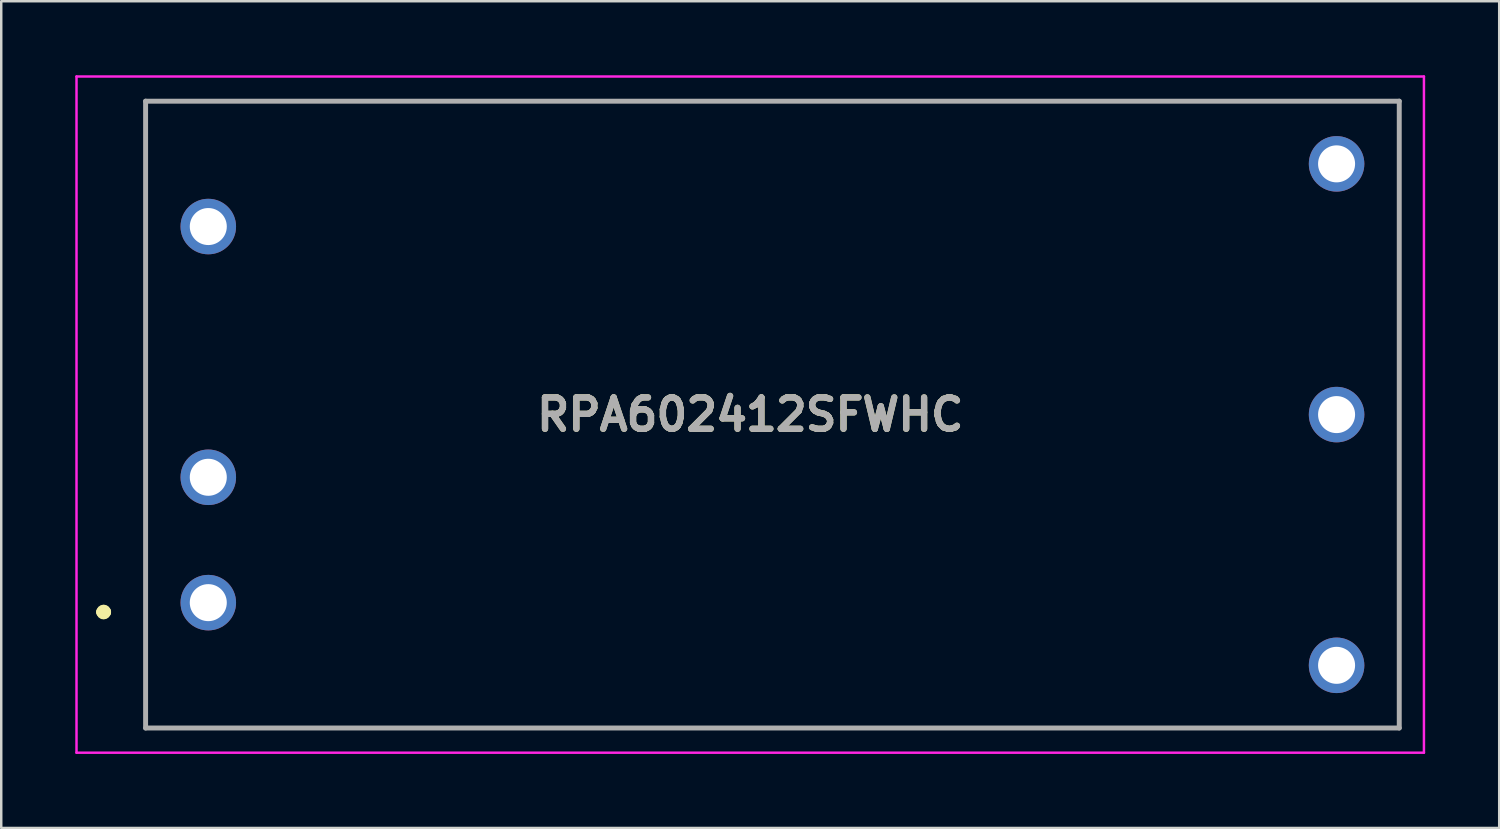
<source format=kicad_pcb>
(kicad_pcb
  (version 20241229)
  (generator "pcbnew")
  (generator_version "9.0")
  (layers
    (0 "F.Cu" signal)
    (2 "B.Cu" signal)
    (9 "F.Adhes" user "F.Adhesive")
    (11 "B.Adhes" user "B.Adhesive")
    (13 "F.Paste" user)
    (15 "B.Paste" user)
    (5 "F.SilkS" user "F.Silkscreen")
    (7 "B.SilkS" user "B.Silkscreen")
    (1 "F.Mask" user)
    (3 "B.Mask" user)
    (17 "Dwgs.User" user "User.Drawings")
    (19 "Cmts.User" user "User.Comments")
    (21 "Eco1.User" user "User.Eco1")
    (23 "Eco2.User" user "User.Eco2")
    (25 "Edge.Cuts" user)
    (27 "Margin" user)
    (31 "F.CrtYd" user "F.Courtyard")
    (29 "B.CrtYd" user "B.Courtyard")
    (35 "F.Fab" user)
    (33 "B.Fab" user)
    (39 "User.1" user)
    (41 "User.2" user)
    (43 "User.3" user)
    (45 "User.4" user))
  (footprint "RPA602412SFWHC"
    (layer "F.Cu")
    (at 5.39 21.37)
    (property "Reference" "RPA602412SFWHC" (at 21.96 -7.62 0) (layer "F.SilkS") (effects (font (size 1.27 1.27) (thickness 0.254))))
    (attr through_hole)
    (fp_line (start -4.34 0.38) (end -4.34 0.38) (stroke (width 0.4) (type solid)) (layer "F.SilkS"))
    (fp_line (start -4.14 0.38) (end -4.14 0.38) (stroke (width 0.4) (type solid)) (layer "F.SilkS"))
    (fp_line (start -2.54 -20.32) (end 48.26 -20.32) (stroke (width 0.1) (type solid)) (layer "F.SilkS"))
    (fp_line (start -2.54 5.08) (end -2.54 -20.32) (stroke (width 0.1) (type solid)) (layer "F.SilkS"))
    (fp_line (start 48.26 -20.32) (end 48.26 5.08) (stroke (width 0.1) (type solid)) (layer "F.SilkS"))
    (fp_line (start 48.26 5.08) (end -2.54 5.08) (stroke (width 0.1) (type solid)) (layer "F.SilkS"))
    (fp_arc (start -4.34 0.38) (mid -4.24 0.28) (end -4.14 0.38) (stroke (width 0.4) (type solid)) (layer "F.SilkS"))
    (fp_arc (start -4.14 0.38) (mid -4.24 0.48) (end -4.34 0.38) (stroke (width 0.4) (type solid)) (layer "F.SilkS"))
    (fp_line (start -5.34 -21.32) (end 49.26 -21.32) (stroke (width 0.1) (type solid)) (layer "F.CrtYd"))
    (fp_line (start -5.34 6.08) (end -5.34 -21.32) (stroke (width 0.1) (type solid)) (layer "F.CrtYd"))
    (fp_line (start 49.26 -21.32) (end 49.26 6.08) (stroke (width 0.1) (type solid)) (layer "F.CrtYd"))
    (fp_line (start 49.26 6.08) (end -5.34 6.08) (stroke (width 0.1) (type solid)) (layer "F.CrtYd"))
    (fp_line (start -2.54 -20.32) (end 48.26 -20.32) (stroke (width 0.2) (type solid)) (layer "F.Fab"))
    (fp_line (start -2.54 5.08) (end -2.54 -20.32) (stroke (width 0.2) (type solid)) (layer "F.Fab"))
    (fp_line (start 48.26 -20.32) (end 48.26 5.08) (stroke (width 0.2) (type solid)) (layer "F.Fab"))
    (fp_line (start 48.26 5.08) (end -2.54 5.08) (stroke (width 0.2) (type solid)) (layer "F.Fab"))
    (fp_text user "${REFERENCE}" (at 21.96 -7.62 0) (layer "F.Fab") (effects (font (size 1.27 1.27) (thickness 0.254))))
    (pad "1" thru_hole circle (at 0 0) (size 2.25 2.25) (drill 1.5) (layers "*.Cu" "*.Mask"))
    (pad "2" thru_hole circle (at 0 -5.08) (size 2.25 2.25) (drill 1.5) (layers "*.Cu" "*.Mask"))
    (pad "3" thru_hole circle (at 0 -15.24) (size 2.25 2.25) (drill 1.5) (layers "*.Cu" "*.Mask"))
    (pad "4" thru_hole circle (at 45.72 -17.78) (size 2.25 2.25) (drill 1.5) (layers "*.Cu" "*.Mask"))
    (pad "5" thru_hole circle (at 45.72 -7.62) (size 2.25 2.25) (drill 1.5) (layers "*.Cu" "*.Mask"))
    (pad "6" thru_hole circle (at 45.72 2.54) (size 2.25 2.25) (drill 1.5) (layers "*.Cu" "*.Mask")))
  (gr_rect
    (start -3 -3)
    (end 57.7 30.5)
    (stroke (width 0.1) (type default))
    (fill no)
    (layer "Edge.Cuts")))
</source>
